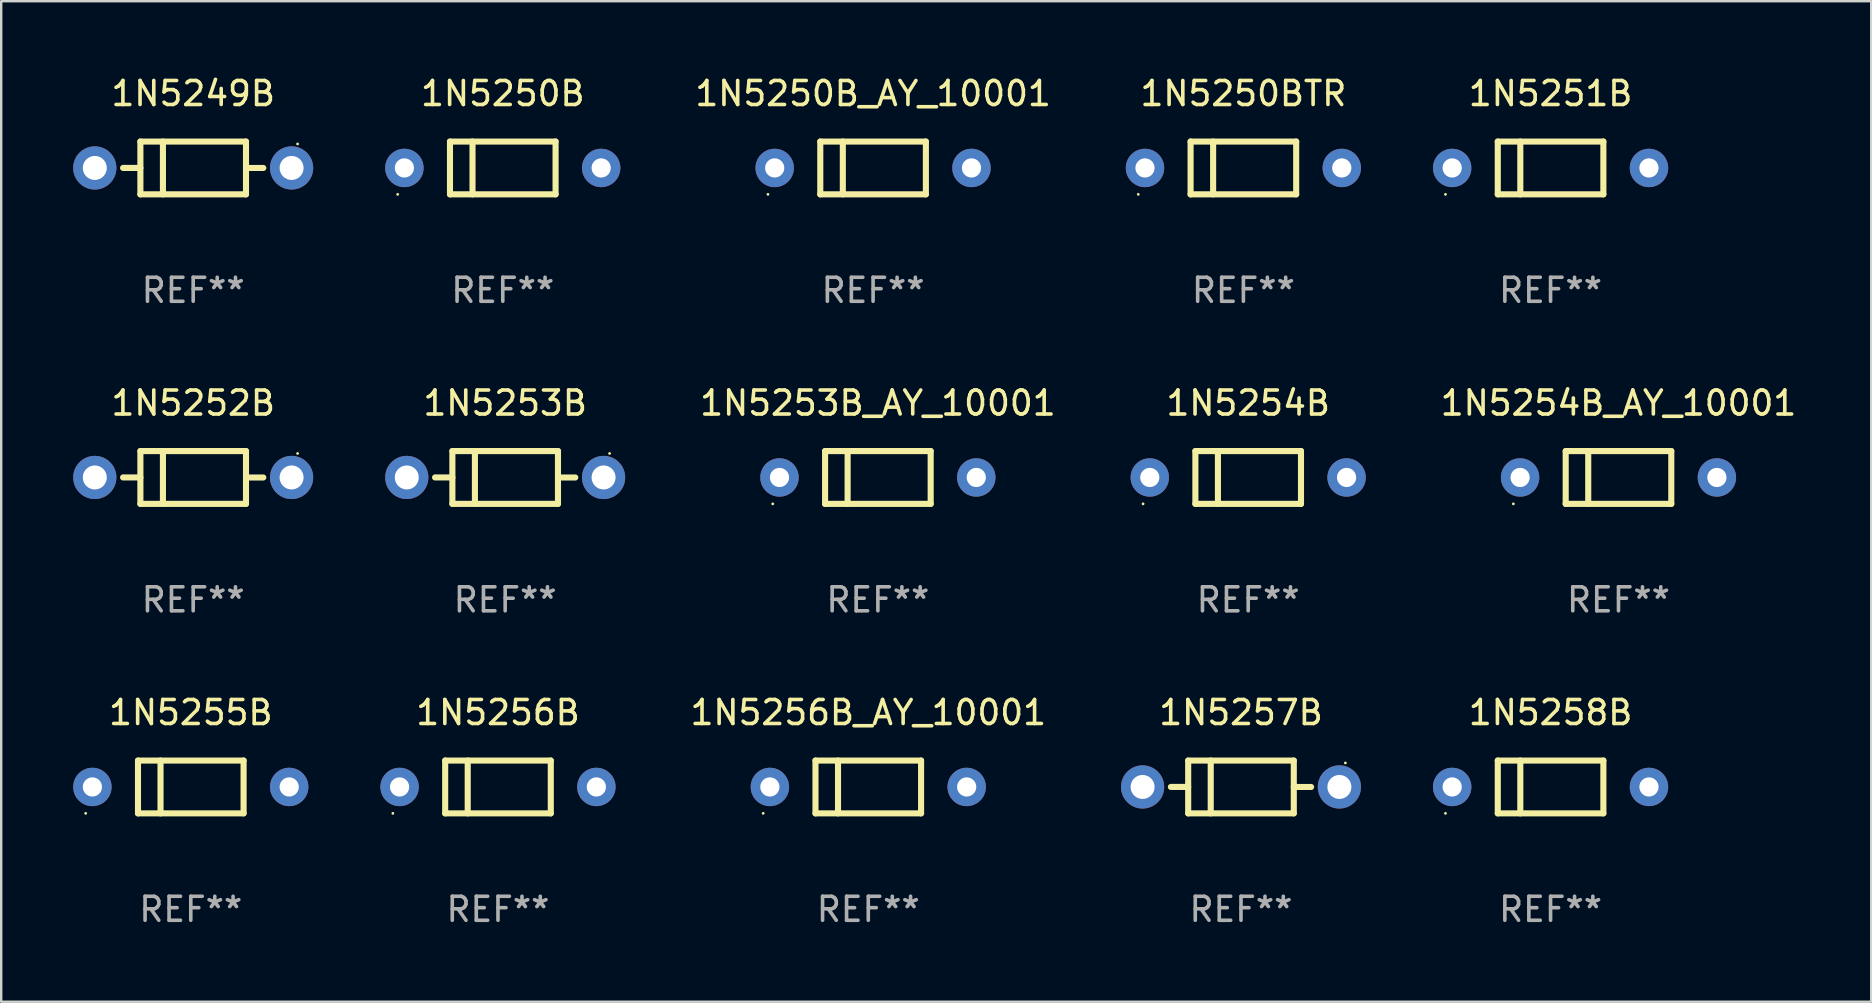
<source format=kicad_pcb>
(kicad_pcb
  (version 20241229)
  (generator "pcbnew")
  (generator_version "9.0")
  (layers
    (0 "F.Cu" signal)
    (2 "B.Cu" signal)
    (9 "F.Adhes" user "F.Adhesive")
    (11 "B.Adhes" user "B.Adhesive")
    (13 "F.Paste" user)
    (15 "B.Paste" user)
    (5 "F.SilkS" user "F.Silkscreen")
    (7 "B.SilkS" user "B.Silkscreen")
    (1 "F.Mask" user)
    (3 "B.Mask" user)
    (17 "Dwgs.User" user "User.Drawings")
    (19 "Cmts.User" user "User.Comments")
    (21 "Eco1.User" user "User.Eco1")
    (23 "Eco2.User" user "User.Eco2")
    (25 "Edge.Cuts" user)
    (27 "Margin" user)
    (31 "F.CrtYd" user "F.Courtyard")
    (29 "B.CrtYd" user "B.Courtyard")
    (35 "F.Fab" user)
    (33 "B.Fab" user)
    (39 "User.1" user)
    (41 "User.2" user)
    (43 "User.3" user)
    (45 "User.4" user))
  (footprint "1N5253B"
    (layer "F.Cu")
    (at 18 16.845)
    (property "Reference" "1N5253B" (at 0 -3.1 0) (layer "F.SilkS") (effects (font (size 1 1) (thickness 0.15))))
    (attr through_hole)
    (fp_line (start -2.2 -1.1) (end -2.2 1.1) (stroke (width 0.254) (type solid)) (layer "F.SilkS"))
    (fp_line (start -2.2 -1.1) (end 2.2 -1.1) (stroke (width 0.254) (type solid)) (layer "F.SilkS"))
    (fp_line (start -2.2 -0.001) (end -2.921 -0.001) (stroke (width 0.254) (type solid)) (layer "F.SilkS"))
    (fp_line (start -2.2 1.1) (end 2.2 1.1) (stroke (width 0.254) (type solid)) (layer "F.SilkS"))
    (fp_line (start -1.261 -1.1) (end -1.261 1.1) (stroke (width 0.254) (type solid)) (layer "F.SilkS"))
    (fp_line (start 2.2 -1.1) (end 2.2 1.1) (stroke (width 0.254) (type solid)) (layer "F.SilkS"))
    (fp_line (start 2.2 0.001) (end 2.921 0.001) (stroke (width 0.254) (type solid)) (layer "F.SilkS"))
    (fp_circle (center 4.35 -1) (end 4.38 -1) (stroke (width 0.06) (type solid)) (fill no) (layer "F.SilkS"))
    (fp_text user "REF**" (at 0 5.1 0) (layer "F.Fab") (effects (font (size 1 1) (thickness 0.15))))
    (pad "1" thru_hole circle (at 4.1 0) (size 1.8 1.8) (drill 1) (layers "*.Cu" "*.Mask"))
    (pad "2" thru_hole circle (at -4.1 0) (size 1.8 1.8) (drill 1) (layers "*.Cu" "*.Mask")))
  (footprint "1N5257B"
    (layer "F.Cu")
    (at 48.66 29.741)
    (property "Reference" "1N5257B" (at 0 -3.1 0) (layer "F.SilkS") (effects (font (size 1 1) (thickness 0.15))))
    (attr through_hole)
    (fp_line (start -2.2 -1.1) (end -2.2 1.1) (stroke (width 0.254) (type solid)) (layer "F.SilkS"))
    (fp_line (start -2.2 -1.1) (end 2.2 -1.1) (stroke (width 0.254) (type solid)) (layer "F.SilkS"))
    (fp_line (start -2.2 -0.001) (end -2.921 -0.001) (stroke (width 0.254) (type solid)) (layer "F.SilkS"))
    (fp_line (start -2.2 1.1) (end 2.2 1.1) (stroke (width 0.254) (type solid)) (layer "F.SilkS"))
    (fp_line (start -1.261 -1.1) (end -1.261 1.1) (stroke (width 0.254) (type solid)) (layer "F.SilkS"))
    (fp_line (start 2.2 -1.1) (end 2.2 1.1) (stroke (width 0.254) (type solid)) (layer "F.SilkS"))
    (fp_line (start 2.2 0.001) (end 2.921 0.001) (stroke (width 0.254) (type solid)) (layer "F.SilkS"))
    (fp_circle (center 4.35 -1) (end 4.38 -1) (stroke (width 0.06) (type solid)) (fill no) (layer "F.SilkS"))
    (fp_text user "REF**" (at 0 5.1 0) (layer "F.Fab") (effects (font (size 1 1) (thickness 0.15))))
    (pad "1" thru_hole circle (at 4.1 0) (size 1.8 1.8) (drill 1) (layers "*.Cu" "*.Mask"))
    (pad "2" thru_hole circle (at -4.1 0) (size 1.8 1.8) (drill 1) (layers "*.Cu" "*.Mask")))
  (footprint "1N5252B"
    (layer "F.Cu")
    (at 5 16.845)
    (property "Reference" "1N5252B" (at 0 -3.1 0) (layer "F.SilkS") (effects (font (size 1 1) (thickness 0.15))))
    (attr through_hole)
    (fp_line (start -2.2 -1.1) (end -2.2 1.1) (stroke (width 0.254) (type solid)) (layer "F.SilkS"))
    (fp_line (start -2.2 -1.1) (end 2.2 -1.1) (stroke (width 0.254) (type solid)) (layer "F.SilkS"))
    (fp_line (start -2.2 -0.001) (end -2.921 -0.001) (stroke (width 0.254) (type solid)) (layer "F.SilkS"))
    (fp_line (start -2.2 1.1) (end 2.2 1.1) (stroke (width 0.254) (type solid)) (layer "F.SilkS"))
    (fp_line (start -1.261 -1.1) (end -1.261 1.1) (stroke (width 0.254) (type solid)) (layer "F.SilkS"))
    (fp_line (start 2.2 -1.1) (end 2.2 1.1) (stroke (width 0.254) (type solid)) (layer "F.SilkS"))
    (fp_line (start 2.2 0.001) (end 2.921 0.001) (stroke (width 0.254) (type solid)) (layer "F.SilkS"))
    (fp_circle (center 4.35 -1) (end 4.38 -1) (stroke (width 0.06) (type solid)) (fill no) (layer "F.SilkS"))
    (fp_text user "REF**" (at 0 5.1 0) (layer "F.Fab") (effects (font (size 1 1) (thickness 0.15))))
    (pad "1" thru_hole circle (at 4.1 0) (size 1.8 1.8) (drill 1) (layers "*.Cu" "*.Mask"))
    (pad "2" thru_hole circle (at -4.1 0) (size 1.8 1.8) (drill 1) (layers "*.Cu" "*.Mask")))
  (footprint "1N5250B_AY_10001"
    (layer "F.Cu")
    (at 33.33 3.948)
    (property "Reference" "1N5250B_AY_10001" (at 0 -3.1 0) (layer "F.SilkS") (effects (font (size 1 1) (thickness 0.15))))
    (attr through_hole)
    (fp_line (start -2.2 -1.1) (end -2.2 1.1) (stroke (width 0.254) (type solid)) (layer "F.SilkS"))
    (fp_line (start -2.2 -1.1) (end 2.2 -1.1) (stroke (width 0.254) (type solid)) (layer "F.SilkS"))
    (fp_line (start -2.2 1.1) (end 2.2 1.1) (stroke (width 0.254) (type solid)) (layer "F.SilkS"))
    (fp_line (start -1.261 -1.1) (end -1.261 1.1) (stroke (width 0.254) (type solid)) (layer "F.SilkS"))
    (fp_line (start 2.2 -1.1) (end 2.2 1.1) (stroke (width 0.254) (type solid)) (layer "F.SilkS"))
    (fp_circle (center -4.38 1.1) (end -4.35 1.1) (stroke (width 0.06) (type solid)) (fill no) (layer "F.SilkS"))
    (fp_text user "REF**" (at 0 5.1 0) (layer "F.Fab") (effects (font (size 1 1) (thickness 0.15))))
    (pad "1" thru_hole circle (at -4.1 0) (size 1.6 1.6) (drill 0.8) (layers "*.Cu" "*.Mask"))
    (pad "2" thru_hole circle (at 4.1 0) (size 1.6 1.6) (drill 0.8) (layers "*.Cu" "*.Mask")))
  (footprint "1N5251B"
    (layer "F.Cu")
    (at 61.56 3.948)
    (property "Reference" "1N5251B" (at 0 -3.1 0) (layer "F.SilkS") (effects (font (size 1 1) (thickness 0.15))))
    (attr through_hole)
    (fp_line (start -2.2 -1.1) (end -2.2 1.1) (stroke (width 0.254) (type solid)) (layer "F.SilkS"))
    (fp_line (start -2.2 -1.1) (end 2.2 -1.1) (stroke (width 0.254) (type solid)) (layer "F.SilkS"))
    (fp_line (start -2.2 1.1) (end 2.2 1.1) (stroke (width 0.254) (type solid)) (layer "F.SilkS"))
    (fp_line (start -1.261 -1.1) (end -1.261 1.1) (stroke (width 0.254) (type solid)) (layer "F.SilkS"))
    (fp_line (start 2.2 -1.1) (end 2.2 1.1) (stroke (width 0.254) (type solid)) (layer "F.SilkS"))
    (fp_circle (center -4.38 1.1) (end -4.35 1.1) (stroke (width 0.06) (type solid)) (fill no) (layer "F.SilkS"))
    (fp_text user "REF**" (at 0 5.1 0) (layer "F.Fab") (effects (font (size 1 1) (thickness 0.15))))
    (pad "1" thru_hole circle (at -4.1 0) (size 1.6 1.6) (drill 0.8) (layers "*.Cu" "*.Mask"))
    (pad "2" thru_hole circle (at 4.1 0) (size 1.6 1.6) (drill 0.8) (layers "*.Cu" "*.Mask")))
  (footprint "1N5254B"
    (layer "F.Cu")
    (at 48.96 16.845)
    (property "Reference" "1N5254B" (at 0 -3.1 0) (layer "F.SilkS") (effects (font (size 1 1) (thickness 0.15))))
    (attr through_hole)
    (fp_line (start -2.2 -1.1) (end -2.2 1.1) (stroke (width 0.254) (type solid)) (layer "F.SilkS"))
    (fp_line (start -2.2 -1.1) (end 2.2 -1.1) (stroke (width 0.254) (type solid)) (layer "F.SilkS"))
    (fp_line (start -2.2 1.1) (end 2.2 1.1) (stroke (width 0.254) (type solid)) (layer "F.SilkS"))
    (fp_line (start -1.261 -1.1) (end -1.261 1.1) (stroke (width 0.254) (type solid)) (layer "F.SilkS"))
    (fp_line (start 2.2 -1.1) (end 2.2 1.1) (stroke (width 0.254) (type solid)) (layer "F.SilkS"))
    (fp_circle (center -4.38 1.1) (end -4.35 1.1) (stroke (width 0.06) (type solid)) (fill no) (layer "F.SilkS"))
    (fp_text user "REF**" (at 0 5.1 0) (layer "F.Fab") (effects (font (size 1 1) (thickness 0.15))))
    (pad "1" thru_hole circle (at -4.1 0) (size 1.6 1.6) (drill 0.8) (layers "*.Cu" "*.Mask"))
    (pad "2" thru_hole circle (at 4.1 0) (size 1.6 1.6) (drill 0.8) (layers "*.Cu" "*.Mask")))
  (footprint "1N5256B"
    (layer "F.Cu")
    (at 17.7 29.741)
    (property "Reference" "1N5256B" (at 0 -3.1 0) (layer "F.SilkS") (effects (font (size 1 1) (thickness 0.15))))
    (attr through_hole)
    (fp_line (start -2.2 -1.1) (end -2.2 1.1) (stroke (width 0.254) (type solid)) (layer "F.SilkS"))
    (fp_line (start -2.2 -1.1) (end 2.2 -1.1) (stroke (width 0.254) (type solid)) (layer "F.SilkS"))
    (fp_line (start -2.2 1.1) (end 2.2 1.1) (stroke (width 0.254) (type solid)) (layer "F.SilkS"))
    (fp_line (start -1.261 -1.1) (end -1.261 1.1) (stroke (width 0.254) (type solid)) (layer "F.SilkS"))
    (fp_line (start 2.2 -1.1) (end 2.2 1.1) (stroke (width 0.254) (type solid)) (layer "F.SilkS"))
    (fp_circle (center -4.38 1.1) (end -4.35 1.1) (stroke (width 0.06) (type solid)) (fill no) (layer "F.SilkS"))
    (fp_text user "REF**" (at 0 5.1 0) (layer "F.Fab") (effects (font (size 1 1) (thickness 0.15))))
    (pad "1" thru_hole circle (at -4.1 0) (size 1.6 1.6) (drill 0.8) (layers "*.Cu" "*.Mask"))
    (pad "2" thru_hole circle (at 4.1 0) (size 1.6 1.6) (drill 0.8) (layers "*.Cu" "*.Mask")))
  (footprint "1N5254B_AY_10001"
    (layer "F.Cu")
    (at 64.39 16.845)
    (property "Reference" "1N5254B_AY_10001" (at 0 -3.1 0) (layer "F.SilkS") (effects (font (size 1 1) (thickness 0.15))))
    (attr through_hole)
    (fp_line (start -2.2 -1.1) (end -2.2 1.1) (stroke (width 0.254) (type solid)) (layer "F.SilkS"))
    (fp_line (start -2.2 -1.1) (end 2.2 -1.1) (stroke (width 0.254) (type solid)) (layer "F.SilkS"))
    (fp_line (start -2.2 1.1) (end 2.2 1.1) (stroke (width 0.254) (type solid)) (layer "F.SilkS"))
    (fp_line (start -1.261 -1.1) (end -1.261 1.1) (stroke (width 0.254) (type solid)) (layer "F.SilkS"))
    (fp_line (start 2.2 -1.1) (end 2.2 1.1) (stroke (width 0.254) (type solid)) (layer "F.SilkS"))
    (fp_circle (center -4.38 1.1) (end -4.35 1.1) (stroke (width 0.06) (type solid)) (fill no) (layer "F.SilkS"))
    (fp_text user "REF**" (at 0 5.1 0) (layer "F.Fab") (effects (font (size 1 1) (thickness 0.15))))
    (pad "1" thru_hole circle (at -4.1 0) (size 1.6 1.6) (drill 0.8) (layers "*.Cu" "*.Mask"))
    (pad "2" thru_hole circle (at 4.1 0) (size 1.6 1.6) (drill 0.8) (layers "*.Cu" "*.Mask")))
  (footprint "1N5249B"
    (layer "F.Cu")
    (at 5 3.948)
    (property "Reference" "1N5249B" (at 0 -3.1 0) (layer "F.SilkS") (effects (font (size 1 1) (thickness 0.15))))
    (attr through_hole)
    (fp_line (start -2.2 -1.1) (end -2.2 1.1) (stroke (width 0.254) (type solid)) (layer "F.SilkS"))
    (fp_line (start -2.2 -1.1) (end 2.2 -1.1) (stroke (width 0.254) (type solid)) (layer "F.SilkS"))
    (fp_line (start -2.2 -0.001) (end -2.921 -0.001) (stroke (width 0.254) (type solid)) (layer "F.SilkS"))
    (fp_line (start -2.2 1.1) (end 2.2 1.1) (stroke (width 0.254) (type solid)) (layer "F.SilkS"))
    (fp_line (start -1.261 -1.1) (end -1.261 1.1) (stroke (width 0.254) (type solid)) (layer "F.SilkS"))
    (fp_line (start 2.2 -1.1) (end 2.2 1.1) (stroke (width 0.254) (type solid)) (layer "F.SilkS"))
    (fp_line (start 2.2 0.001) (end 2.921 0.001) (stroke (width 0.254) (type solid)) (layer "F.SilkS"))
    (fp_circle (center 4.35 -1) (end 4.38 -1) (stroke (width 0.06) (type solid)) (fill no) (layer "F.SilkS"))
    (fp_text user "REF**" (at 0 5.1 0) (layer "F.Fab") (effects (font (size 1 1) (thickness 0.15))))
    (pad "1" thru_hole circle (at 4.1 0) (size 1.8 1.8) (drill 1) (layers "*.Cu" "*.Mask"))
    (pad "2" thru_hole circle (at -4.1 0) (size 1.8 1.8) (drill 1) (layers "*.Cu" "*.Mask")))
  (footprint "1N5250B"
    (layer "F.Cu")
    (at 17.9 3.948)
    (property "Reference" "1N5250B" (at 0 -3.1 0) (layer "F.SilkS") (effects (font (size 1 1) (thickness 0.15))))
    (attr through_hole)
    (fp_line (start -2.2 -1.1) (end -2.2 1.1) (stroke (width 0.254) (type solid)) (layer "F.SilkS"))
    (fp_line (start -2.2 -1.1) (end 2.2 -1.1) (stroke (width 0.254) (type solid)) (layer "F.SilkS"))
    (fp_line (start -2.2 1.1) (end 2.2 1.1) (stroke (width 0.254) (type solid)) (layer "F.SilkS"))
    (fp_line (start -1.261 -1.1) (end -1.261 1.1) (stroke (width 0.254) (type solid)) (layer "F.SilkS"))
    (fp_line (start 2.2 -1.1) (end 2.2 1.1) (stroke (width 0.254) (type solid)) (layer "F.SilkS"))
    (fp_circle (center -4.38 1.1) (end -4.35 1.1) (stroke (width 0.06) (type solid)) (fill no) (layer "F.SilkS"))
    (fp_text user "REF**" (at 0 5.1 0) (layer "F.Fab") (effects (font (size 1 1) (thickness 0.15))))
    (pad "1" thru_hole circle (at -4.1 0) (size 1.6 1.6) (drill 0.8) (layers "*.Cu" "*.Mask"))
    (pad "2" thru_hole circle (at 4.1 0) (size 1.6 1.6) (drill 0.8) (layers "*.Cu" "*.Mask")))
  (footprint "1N5256B_AY_10001"
    (layer "F.Cu")
    (at 33.13 29.741)
    (property "Reference" "1N5256B_AY_10001" (at 0 -3.1 0) (layer "F.SilkS") (effects (font (size 1 1) (thickness 0.15))))
    (attr through_hole)
    (fp_line (start -2.2 -1.1) (end -2.2 1.1) (stroke (width 0.254) (type solid)) (layer "F.SilkS"))
    (fp_line (start -2.2 -1.1) (end 2.2 -1.1) (stroke (width 0.254) (type solid)) (layer "F.SilkS"))
    (fp_line (start -2.2 1.1) (end 2.2 1.1) (stroke (width 0.254) (type solid)) (layer "F.SilkS"))
    (fp_line (start -1.261 -1.1) (end -1.261 1.1) (stroke (width 0.254) (type solid)) (layer "F.SilkS"))
    (fp_line (start 2.2 -1.1) (end 2.2 1.1) (stroke (width 0.254) (type solid)) (layer "F.SilkS"))
    (fp_circle (center -4.38 1.1) (end -4.35 1.1) (stroke (width 0.06) (type solid)) (fill no) (layer "F.SilkS"))
    (fp_text user "REF**" (at 0 5.1 0) (layer "F.Fab") (effects (font (size 1 1) (thickness 0.15))))
    (pad "1" thru_hole circle (at -4.1 0) (size 1.6 1.6) (drill 0.8) (layers "*.Cu" "*.Mask"))
    (pad "2" thru_hole circle (at 4.1 0) (size 1.6 1.6) (drill 0.8) (layers "*.Cu" "*.Mask")))
  (footprint "1N5250BTR"
    (layer "F.Cu")
    (at 48.76 3.948)
    (property "Reference" "1N5250BTR" (at 0 -3.1 0) (layer "F.SilkS") (effects (font (size 1 1) (thickness 0.15))))
    (attr through_hole)
    (fp_line (start -2.2 -1.1) (end -2.2 1.1) (stroke (width 0.254) (type solid)) (layer "F.SilkS"))
    (fp_line (start -2.2 -1.1) (end 2.2 -1.1) (stroke (width 0.254) (type solid)) (layer "F.SilkS"))
    (fp_line (start -2.2 1.1) (end 2.2 1.1) (stroke (width 0.254) (type solid)) (layer "F.SilkS"))
    (fp_line (start -1.261 -1.1) (end -1.261 1.1) (stroke (width 0.254) (type solid)) (layer "F.SilkS"))
    (fp_line (start 2.2 -1.1) (end 2.2 1.1) (stroke (width 0.254) (type solid)) (layer "F.SilkS"))
    (fp_circle (center -4.38 1.1) (end -4.35 1.1) (stroke (width 0.06) (type solid)) (fill no) (layer "F.SilkS"))
    (fp_text user "REF**" (at 0 5.1 0) (layer "F.Fab") (effects (font (size 1 1) (thickness 0.15))))
    (pad "1" thru_hole circle (at -4.1 0) (size 1.6 1.6) (drill 0.8) (layers "*.Cu" "*.Mask"))
    (pad "2" thru_hole circle (at 4.1 0) (size 1.6 1.6) (drill 0.8) (layers "*.Cu" "*.Mask")))
  (footprint "1N5255B"
    (layer "F.Cu")
    (at 4.9 29.741)
    (property "Reference" "1N5255B" (at 0 -3.1 0) (layer "F.SilkS") (effects (font (size 1 1) (thickness 0.15))))
    (attr through_hole)
    (fp_line (start -2.2 -1.1) (end -2.2 1.1) (stroke (width 0.254) (type solid)) (layer "F.SilkS"))
    (fp_line (start -2.2 -1.1) (end 2.2 -1.1) (stroke (width 0.254) (type solid)) (layer "F.SilkS"))
    (fp_line (start -2.2 1.1) (end 2.2 1.1) (stroke (width 0.254) (type solid)) (layer "F.SilkS"))
    (fp_line (start -1.261 -1.1) (end -1.261 1.1) (stroke (width 0.254) (type solid)) (layer "F.SilkS"))
    (fp_line (start 2.2 -1.1) (end 2.2 1.1) (stroke (width 0.254) (type solid)) (layer "F.SilkS"))
    (fp_circle (center -4.38 1.1) (end -4.35 1.1) (stroke (width 0.06) (type solid)) (fill no) (layer "F.SilkS"))
    (fp_text user "REF**" (at 0 5.1 0) (layer "F.Fab") (effects (font (size 1 1) (thickness 0.15))))
    (pad "1" thru_hole circle (at -4.1 0) (size 1.6 1.6) (drill 0.8) (layers "*.Cu" "*.Mask"))
    (pad "2" thru_hole circle (at 4.1 0) (size 1.6 1.6) (drill 0.8) (layers "*.Cu" "*.Mask")))
  (footprint "1N5253B_AY_10001"
    (layer "F.Cu")
    (at 33.53 16.845)
    (property "Reference" "1N5253B_AY_10001" (at 0 -3.1 0) (layer "F.SilkS") (effects (font (size 1 1) (thickness 0.15))))
    (attr through_hole)
    (fp_line (start -2.2 -1.1) (end -2.2 1.1) (stroke (width 0.254) (type solid)) (layer "F.SilkS"))
    (fp_line (start -2.2 -1.1) (end 2.2 -1.1) (stroke (width 0.254) (type solid)) (layer "F.SilkS"))
    (fp_line (start -2.2 1.1) (end 2.2 1.1) (stroke (width 0.254) (type solid)) (layer "F.SilkS"))
    (fp_line (start -1.261 -1.1) (end -1.261 1.1) (stroke (width 0.254) (type solid)) (layer "F.SilkS"))
    (fp_line (start 2.2 -1.1) (end 2.2 1.1) (stroke (width 0.254) (type solid)) (layer "F.SilkS"))
    (fp_circle (center -4.38 1.1) (end -4.35 1.1) (stroke (width 0.06) (type solid)) (fill no) (layer "F.SilkS"))
    (fp_text user "REF**" (at 0 5.1 0) (layer "F.Fab") (effects (font (size 1 1) (thickness 0.15))))
    (pad "1" thru_hole circle (at -4.1 0) (size 1.6 1.6) (drill 0.8) (layers "*.Cu" "*.Mask"))
    (pad "2" thru_hole circle (at 4.1 0) (size 1.6 1.6) (drill 0.8) (layers "*.Cu" "*.Mask")))
  (footprint "1N5258B"
    (layer "F.Cu")
    (at 61.56 29.741)
    (property "Reference" "1N5258B" (at 0 -3.1 0) (layer "F.SilkS") (effects (font (size 1 1) (thickness 0.15))))
    (attr through_hole)
    (fp_line (start -2.2 -1.1) (end -2.2 1.1) (stroke (width 0.254) (type solid)) (layer "F.SilkS"))
    (fp_line (start -2.2 -1.1) (end 2.2 -1.1) (stroke (width 0.254) (type solid)) (layer "F.SilkS"))
    (fp_line (start -2.2 1.1) (end 2.2 1.1) (stroke (width 0.254) (type solid)) (layer "F.SilkS"))
    (fp_line (start -1.261 -1.1) (end -1.261 1.1) (stroke (width 0.254) (type solid)) (layer "F.SilkS"))
    (fp_line (start 2.2 -1.1) (end 2.2 1.1) (stroke (width 0.254) (type solid)) (layer "F.SilkS"))
    (fp_circle (center -4.38 1.1) (end -4.35 1.1) (stroke (width 0.06) (type solid)) (fill no) (layer "F.SilkS"))
    (fp_text user "REF**" (at 0 5.1 0) (layer "F.Fab") (effects (font (size 1 1) (thickness 0.15))))
    (pad "1" thru_hole circle (at -4.1 0) (size 1.6 1.6) (drill 0.8) (layers "*.Cu" "*.Mask"))
    (pad "2" thru_hole circle (at 4.1 0) (size 1.6 1.6) (drill 0.8) (layers "*.Cu" "*.Mask")))
  (gr_rect
    (start -3 -3)
    (end 74.92 38.69)
    (stroke (width 0.1) (type default))
    (fill no)
    (layer "Edge.Cuts")))
</source>
